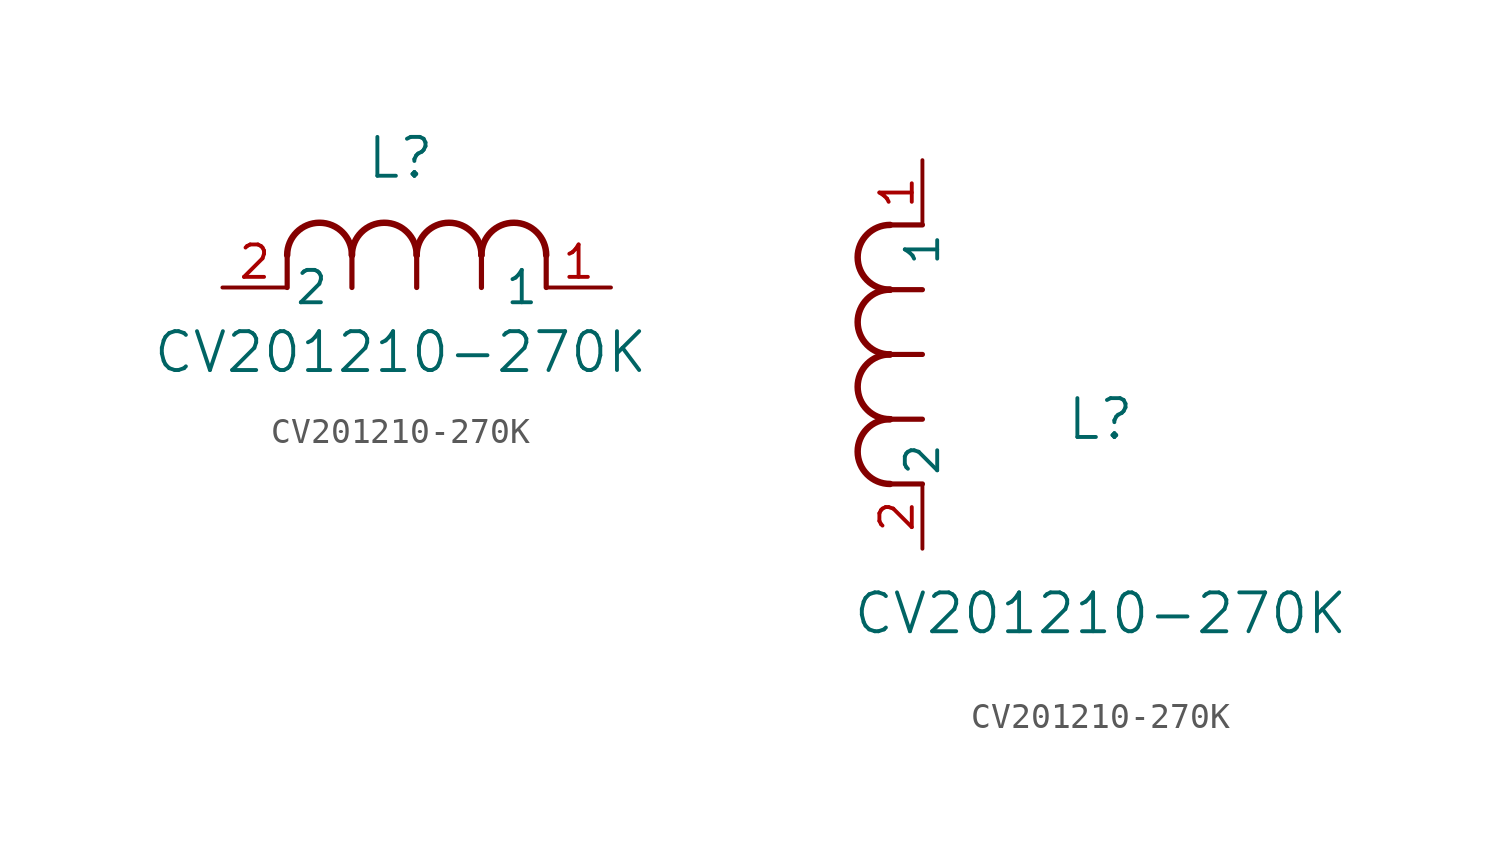
<source format=kicad_sym>
(kicad_symbol_lib
  (version 20220914)
  (generator kicad_symbol_editor)
  (symbol "CV201210-270K"
    (pin_names
      (offset 0.254))
    (property "Reference" "L"
      (at 6.985 5.08 0)
      (effects (font (size 1.524 1.524))))
    (property "Value" "CV201210-270K"
      (at 6.985 -2.54 0)
      (effects (font (size 1.524 1.524))))
    (symbol "CV201210-270K_1_1"
      (polyline (pts (xy 2.54 0) (xy 2.54 1.27)) (stroke (width 0.203) (type default)) (fill (type none)))
      (polyline (pts (xy 5.08 0) (xy 5.08 1.27)) (stroke (width 0.203) (type default)) (fill (type none)))
      (polyline (pts (xy 7.62 0) (xy 7.62 1.27)) (stroke (width 0.203) (type default)) (fill (type none)))
      (polyline (pts (xy 10.16 0) (xy 10.16 1.27)) (stroke (width 0.203) (type default)) (fill (type none)))
      (polyline (pts (xy 12.7 0) (xy 12.7 1.27)) (stroke (width 0.203) (type default)) (fill (type none)))
      (arc (start 5.08 1.27) (mid 3.81 2.5345) (end 2.54 1.27) (stroke (width 0.254) (type default)) (fill (type none)))
      (arc (start 7.62 1.27) (mid 6.35 2.5345) (end 5.08 1.27) (stroke (width 0.254) (type default)) (fill (type none)))
      (arc (start 10.16 1.27) (mid 8.89 2.5345) (end 7.62 1.27) (stroke (width 0.254) (type default)) (fill (type none)))
      (arc (start 12.7 1.27) (mid 11.43 2.5345) (end 10.16 1.27) (stroke (width 0.254) (type default)) (fill (type none)))
      (pin unspecified line (at 15.24 0 180) (length 2.54) (name "1" (effects (font (size 1.27 1.27)))) (number "1" (effects (font (size 1.27 1.27)))))
      (pin unspecified line (at 0 0 0) (length 2.54) (name "2" (effects (font (size 1.27 1.27)))) (number "2" (effects (font (size 1.27 1.27))))))
    (symbol "CV201210-270K_1_2"
      (arc (start -1.27 5.08) (mid -2.5345 3.81) (end -1.27 2.54) (stroke (width 0.254) (type default)) (fill (type none)))
      (arc (start -1.27 7.62) (mid -2.5345 6.35) (end -1.27 5.08) (stroke (width 0.254) (type default)) (fill (type none)))
      (arc (start -1.27 10.16) (mid -2.5345 8.89) (end -1.27 7.62) (stroke (width 0.254) (type default)) (fill (type none)))
      (arc (start -1.27 12.7) (mid -2.5345 11.43) (end -1.27 10.16) (stroke (width 0.254) (type default)) (fill (type none)))
      (polyline (pts (xy 0 2.54) (xy -1.27 2.54)) (stroke (width 0.203) (type default)) (fill (type none)))
      (polyline (pts (xy 0 5.08) (xy -1.27 5.08)) (stroke (width 0.203) (type default)) (fill (type none)))
      (polyline (pts (xy 0 7.62) (xy -1.27 7.62)) (stroke (width 0.203) (type default)) (fill (type none)))
      (polyline (pts (xy 0 10.16) (xy -1.27 10.16)) (stroke (width 0.203) (type default)) (fill (type none)))
      (polyline (pts (xy 0 12.7) (xy -1.27 12.7)) (stroke (width 0.203) (type default)) (fill (type none)))
      (pin unspecified line (at 0 15.24 270) (length 2.54) (name "1" (effects (font (size 1.27 1.27)))) (number "1" (effects (font (size 1.27 1.27)))))
      (pin unspecified line (at 0 0 90) (length 2.54) (name "2" (effects (font (size 1.27 1.27)))) (number "2" (effects (font (size 1.27 1.27))))))))
</source>
